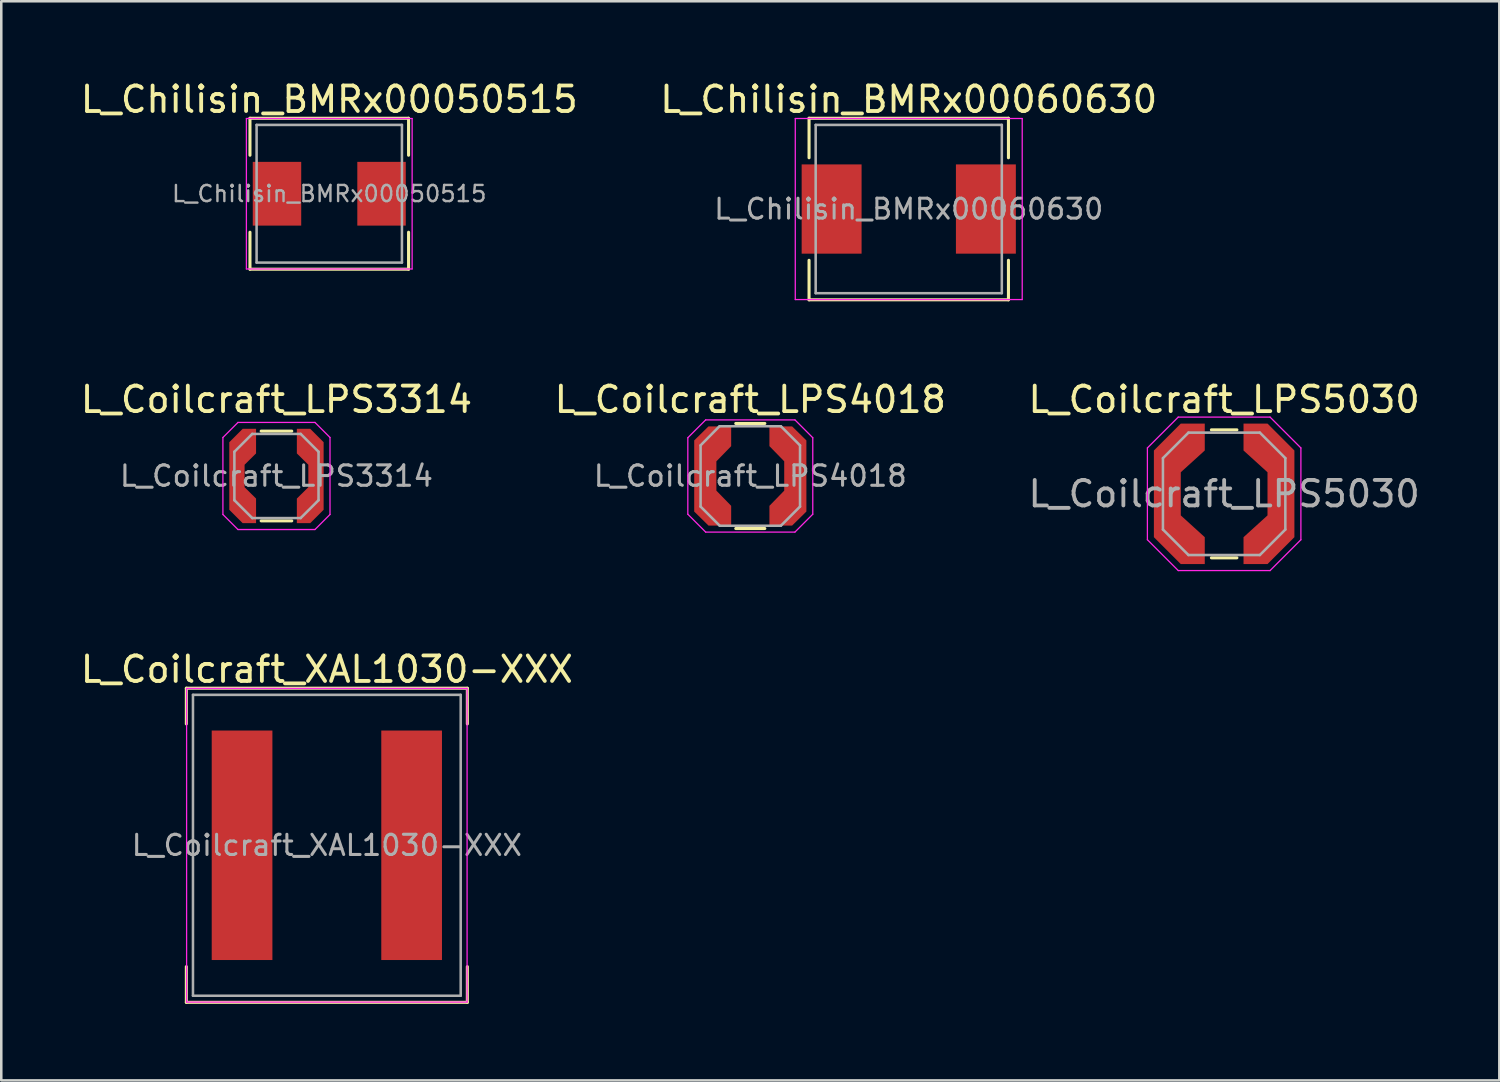
<source format=kicad_pcb>
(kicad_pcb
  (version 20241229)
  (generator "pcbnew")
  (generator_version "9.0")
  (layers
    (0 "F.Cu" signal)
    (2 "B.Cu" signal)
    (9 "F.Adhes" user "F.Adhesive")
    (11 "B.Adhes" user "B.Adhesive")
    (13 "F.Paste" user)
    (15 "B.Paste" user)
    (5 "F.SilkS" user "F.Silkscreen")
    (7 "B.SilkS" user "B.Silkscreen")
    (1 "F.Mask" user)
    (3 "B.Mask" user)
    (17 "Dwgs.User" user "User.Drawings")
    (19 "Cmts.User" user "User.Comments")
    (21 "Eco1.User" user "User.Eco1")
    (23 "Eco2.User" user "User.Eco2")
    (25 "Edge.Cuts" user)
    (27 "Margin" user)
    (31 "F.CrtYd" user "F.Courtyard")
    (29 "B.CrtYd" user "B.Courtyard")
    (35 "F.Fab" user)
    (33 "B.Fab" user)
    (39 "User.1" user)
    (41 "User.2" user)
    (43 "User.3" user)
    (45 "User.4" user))
  (footprint "L_Coilcraft_XAL1030-XXX"
    (layer "F.Cu")
    (at 9.768 30.1)
    (property "Reference" "L_Coilcraft_XAL1030-XXX" (at 0 -6.9 0) (layer "F.SilkS") (effects (font (size 1 1) (thickness 0.15))))
    (attr smd)
    (fp_line (start -5.51 -6.16) (end -5.51 -4.76) (stroke (width 0.12) (type solid)) (layer "F.SilkS"))
    (fp_line (start -5.51 -6.16) (end 5.51 -6.16) (stroke (width 0.12) (type solid)) (layer "F.SilkS"))
    (fp_line (start -5.51 6.16) (end -5.51 4.76) (stroke (width 0.12) (type solid)) (layer "F.SilkS"))
    (fp_line (start -5.51 6.16) (end 5.51 6.16) (stroke (width 0.12) (type solid)) (layer "F.SilkS"))
    (fp_line (start 5.51 -6.16) (end 5.51 -4.76) (stroke (width 0.12) (type solid)) (layer "F.SilkS"))
    (fp_line (start 5.51 6.16) (end 5.51 4.76) (stroke (width 0.12) (type solid)) (layer "F.SilkS"))
    (fp_line (start -5.5 -6.15) (end -5.5 6.15) (stroke (width 0.05) (type solid)) (layer "F.CrtYd"))
    (fp_line (start -5.5 6.15) (end 5.5 6.15) (stroke (width 0.05) (type solid)) (layer "F.CrtYd"))
    (fp_line (start 5.5 -6.15) (end -5.5 -6.15) (stroke (width 0.05) (type solid)) (layer "F.CrtYd"))
    (fp_line (start 5.5 6.15) (end 5.5 -6.15) (stroke (width 0.05) (type solid)) (layer "F.CrtYd"))
    (fp_line (start -5.25 -5.9) (end -5.25 5.9) (stroke (width 0.1) (type solid)) (layer "F.Fab"))
    (fp_line (start -5.25 5.9) (end 5.25 5.9) (stroke (width 0.1) (type solid)) (layer "F.Fab"))
    (fp_line (start 5.25 -5.9) (end -5.25 -5.9) (stroke (width 0.1) (type solid)) (layer "F.Fab"))
    (fp_line (start 5.25 5.9) (end 5.25 -5.9) (stroke (width 0.1) (type solid)) (layer "F.Fab"))
    (fp_text user "${REFERENCE}" (at 0 0 0) (layer "F.Fab") (effects (font (size 0.793 0.793) (thickness 0.119))))
    (pad "1" smd rect (at -3.325 0) (size 2.38 9) (layers "F.Cu" "F.Mask" "F.Paste"))
    (pad "2" smd rect (at 3.325 0) (size 2.38 9) (layers "F.Cu" "F.Mask" "F.Paste")))
  (footprint "L_Coilcraft_LPS5030"
    (layer "F.Cu")
    (at 44.958 16.317)
    (property "Reference" "L_Coilcraft_LPS5030" (at 0 -3.7 0) (layer "F.SilkS") (effects (font (size 1 1) (thickness 0.15))))
    (attr smd)
    (fp_line (start -0.5 -2.51) (end 0.5 -2.51) (stroke (width 0.12) (type solid)) (layer "F.SilkS"))
    (fp_line (start -0.5 2.51) (end 0.5 2.51) (stroke (width 0.12) (type solid)) (layer "F.SilkS"))
    (fp_line (start -3.01 -1.8) (end -1.8 -3.01) (stroke (width 0.05) (type solid)) (layer "F.CrtYd"))
    (fp_line (start -3.01 1.8) (end -3.01 -1.8) (stroke (width 0.05) (type solid)) (layer "F.CrtYd"))
    (fp_line (start -1.8 -3.01) (end 1.8 -3.01) (stroke (width 0.05) (type solid)) (layer "F.CrtYd"))
    (fp_line (start -1.8 3.01) (end -3.01 1.8) (stroke (width 0.05) (type solid)) (layer "F.CrtYd"))
    (fp_line (start 1.8 -3.01) (end 3.01 -1.8) (stroke (width 0.05) (type solid)) (layer "F.CrtYd"))
    (fp_line (start 1.8 3.01) (end -1.8 3.01) (stroke (width 0.05) (type solid)) (layer "F.CrtYd"))
    (fp_line (start 3.01 -1.8) (end 3.01 1.8) (stroke (width 0.05) (type solid)) (layer "F.CrtYd"))
    (fp_line (start 3.01 1.8) (end 1.8 3.01) (stroke (width 0.05) (type solid)) (layer "F.CrtYd"))
    (fp_line (start -2.4 -1.4) (end -1.4 -2.4) (stroke (width 0.1) (type solid)) (layer "F.Fab"))
    (fp_line (start -2.4 1.4) (end -2.4 -1.4) (stroke (width 0.1) (type solid)) (layer "F.Fab"))
    (fp_line (start -2.4 1.4) (end -1.4 2.4) (stroke (width 0.1) (type solid)) (layer "F.Fab"))
    (fp_line (start -1.4 -2.4) (end 1.4 -2.4) (stroke (width 0.1) (type solid)) (layer "F.Fab"))
    (fp_line (start 1.4 -2.4) (end 2.4 -1.4) (stroke (width 0.1) (type solid)) (layer "F.Fab"))
    (fp_line (start 1.4 2.4) (end -1.4 2.4) (stroke (width 0.1) (type solid)) (layer "F.Fab"))
    (fp_line (start 2.4 -1.4) (end 2.4 1.4) (stroke (width 0.1) (type solid)) (layer "F.Fab"))
    (fp_line (start 2.4 1.4) (end 1.4 2.4) (stroke (width 0.1) (type solid)) (layer "F.Fab"))
    (fp_text user "${REFERENCE}" (at 0 0 0) (layer "F.Fab") (effects (font (size 1 1) (thickness 0.15))))
    (pad "1" smd custom (at -2.228 0) (size 1.055 3.4) (layers "F.Cu" "F.Mask" "F.Paste") (options (anchor rect)) (primitives (gr_poly (pts (xy 1.468 -1.7) (xy 0.527 -0.845) (xy 0.527 0.845) (xy 1.468 1.7) (xy 1.468 2.755) (xy 0.527 2.755) (xy -0.527 1.7) (xy -0.527 -1.7) (xy 0.527 -2.755) (xy 1.468 -2.755)) (width 0) (fill yes))))
    (pad "2" smd custom (at 2.228 0) (size 1.055 3.4) (layers "F.Cu" "F.Mask" "F.Paste") (options (anchor rect)) (primitives (gr_poly (pts (xy 0.527 -1.7) (xy 0.527 1.7) (xy -0.527 2.755) (xy -1.468 2.755) (xy -1.468 1.7) (xy -0.527 0.845) (xy -0.527 -0.845) (xy -1.468 -1.7) (xy -1.468 -2.755) (xy -0.527 -2.755)) (width 0) (fill yes)))))
  (footprint "L_Coilcraft_LPS3314"
    (layer "F.Cu")
    (at 7.792 15.617)
    (property "Reference" "L_Coilcraft_LPS3314" (at 0 -3 0) (layer "F.SilkS") (effects (font (size 1 1) (thickness 0.15))))
    (attr smd)
    (fp_line (start -0.6 -1.76) (end 0.6 -1.76) (stroke (width 0.12) (type solid)) (layer "F.SilkS"))
    (fp_line (start -0.6 1.76) (end 0.6 1.76) (stroke (width 0.12) (type solid)) (layer "F.SilkS"))
    (fp_line (start -2.1 -1.51) (end -2.1 1.51) (stroke (width 0.05) (type solid)) (layer "F.CrtYd"))
    (fp_line (start -1.51 -2.1) (end -2.1 -1.51) (stroke (width 0.05) (type solid)) (layer "F.CrtYd"))
    (fp_line (start -1.51 -2.1) (end 1.51 -2.1) (stroke (width 0.05) (type solid)) (layer "F.CrtYd"))
    (fp_line (start -1.51 2.1) (end -2.1 1.51) (stroke (width 0.05) (type solid)) (layer "F.CrtYd"))
    (fp_line (start -1.51 2.1) (end 1.51 2.1) (stroke (width 0.05) (type solid)) (layer "F.CrtYd"))
    (fp_line (start 1.51 -2.1) (end 2.1 -1.51) (stroke (width 0.05) (type solid)) (layer "F.CrtYd"))
    (fp_line (start 1.51 2.1) (end 2.1 1.51) (stroke (width 0.05) (type solid)) (layer "F.CrtYd"))
    (fp_line (start 2.1 -1.51) (end 2.1 1.51) (stroke (width 0.05) (type solid)) (layer "F.CrtYd"))
    (fp_line (start -1.65 -0.95) (end -0.95 -1.65) (stroke (width 0.1) (type solid)) (layer "F.Fab"))
    (fp_line (start -1.65 0.95) (end -1.65 -0.95) (stroke (width 0.1) (type solid)) (layer "F.Fab"))
    (fp_line (start -1.65 0.95) (end -0.95 1.65) (stroke (width 0.1) (type solid)) (layer "F.Fab"))
    (fp_line (start -0.95 -1.65) (end 0.95 -1.65) (stroke (width 0.1) (type solid)) (layer "F.Fab"))
    (fp_line (start 0.95 -1.65) (end 1.65 -0.95) (stroke (width 0.1) (type solid)) (layer "F.Fab"))
    (fp_line (start 0.95 1.65) (end -0.95 1.65) (stroke (width 0.1) (type solid)) (layer "F.Fab"))
    (fp_line (start 0.95 1.65) (end 1.65 0.95) (stroke (width 0.1) (type solid)) (layer "F.Fab"))
    (fp_line (start 1.65 -0.95) (end 1.65 0.95) (stroke (width 0.1) (type solid)) (layer "F.Fab"))
    (fp_text user "${REFERENCE}" (at 0 0 0) (layer "F.Fab") (effects (font (size 0.8 0.8) (thickness 0.12))))
    (pad "1" smd custom (at -1.55 0) (size 0.6 0.881) (layers "F.Cu" "F.Mask" "F.Paste") (options (anchor rect)) (primitives (gr_poly (pts (xy 0.75 -0.885) (xy 0.3 -0.441) (xy 0.3 0.441) (xy 0.75 0.885) (xy 0.75 1.85) (xy 0.225 1.85) (xy -0.3 1.325) (xy -0.3 -1.325) (xy 0.225 -1.85) (xy 0.75 -1.85)) (width 0) (fill yes))))
    (pad "2" smd custom (at 1.55 0 180) (size 0.6 0.881) (layers "F.Cu" "F.Mask" "F.Paste") (options (anchor rect)) (primitives (gr_poly (pts (xy 0.75 -0.885) (xy 0.3 -0.441) (xy 0.3 0.441) (xy 0.75 0.885) (xy 0.75 1.85) (xy 0.225 1.85) (xy -0.3 1.325) (xy -0.3 -1.325) (xy 0.225 -1.85) (xy 0.75 -1.85)) (width 0) (fill yes)))))
  (footprint "L_Chilisin_BMRx00060630"
    (layer "F.Cu")
    (at 32.589 5.148)
    (property "Reference" "L_Chilisin_BMRx00060630" (at 0 -4.3 0) (layer "F.SilkS") (effects (font (size 1 1) (thickness 0.15))))
    (attr smd)
    (fp_line (start -3.91 -3.56) (end -3.91 -2.01) (stroke (width 0.12) (type solid)) (layer "F.SilkS"))
    (fp_line (start -3.91 -3.56) (end 3.91 -3.56) (stroke (width 0.12) (type solid)) (layer "F.SilkS"))
    (fp_line (start -3.91 3.56) (end -3.91 2.01) (stroke (width 0.12) (type solid)) (layer "F.SilkS"))
    (fp_line (start -3.91 3.56) (end 3.91 3.56) (stroke (width 0.12) (type solid)) (layer "F.SilkS"))
    (fp_line (start 3.91 -3.56) (end 3.91 -2.01) (stroke (width 0.12) (type solid)) (layer "F.SilkS"))
    (fp_line (start 3.91 3.56) (end 3.91 2.01) (stroke (width 0.12) (type solid)) (layer "F.SilkS"))
    (fp_line (start -4.45 -3.55) (end -4.45 3.55) (stroke (width 0.05) (type solid)) (layer "F.CrtYd"))
    (fp_line (start -4.45 3.55) (end 4.45 3.55) (stroke (width 0.05) (type solid)) (layer "F.CrtYd"))
    (fp_line (start 4.45 -3.55) (end -4.45 -3.55) (stroke (width 0.05) (type solid)) (layer "F.CrtYd"))
    (fp_line (start 4.45 3.55) (end 4.45 -3.55) (stroke (width 0.05) (type solid)) (layer "F.CrtYd"))
    (fp_line (start -3.65 -3.3) (end -3.65 3.3) (stroke (width 0.1) (type solid)) (layer "F.Fab"))
    (fp_line (start -3.65 3.3) (end 3.65 3.3) (stroke (width 0.1) (type solid)) (layer "F.Fab"))
    (fp_line (start 3.65 -3.3) (end -3.65 -3.3) (stroke (width 0.1) (type solid)) (layer "F.Fab"))
    (fp_line (start 3.65 3.3) (end 3.65 -3.3) (stroke (width 0.1) (type solid)) (layer "F.Fab"))
    (fp_text user "${REFERENCE}" (at 0 0 0) (layer "F.Fab") (effects (font (size 0.783 0.783) (thickness 0.117))))
    (pad "1" smd rect (at -3.025 0) (size 2.35 3.5) (layers "F.Cu" "F.Mask" "F.Paste"))
    (pad "2" smd rect (at 3.025 0) (size 2.35 3.5) (layers "F.Cu" "F.Mask" "F.Paste")))
  (footprint "L_Chilisin_BMRx00050515"
    (layer "F.Cu")
    (at 9.863 4.548)
    (property "Reference" "L_Chilisin_BMRx00050515" (at 0 -3.7 0) (layer "F.SilkS") (effects (font (size 1 1) (thickness 0.15))))
    (attr smd)
    (fp_line (start -3.11 -2.96) (end -3.11 -1.51) (stroke (width 0.12) (type solid)) (layer "F.SilkS"))
    (fp_line (start -3.11 -2.96) (end 3.11 -2.96) (stroke (width 0.12) (type solid)) (layer "F.SilkS"))
    (fp_line (start -3.11 2.96) (end -3.11 1.51) (stroke (width 0.12) (type solid)) (layer "F.SilkS"))
    (fp_line (start -3.11 2.96) (end 3.11 2.96) (stroke (width 0.12) (type solid)) (layer "F.SilkS"))
    (fp_line (start 3.11 -2.96) (end 3.11 -1.51) (stroke (width 0.12) (type solid)) (layer "F.SilkS"))
    (fp_line (start 3.11 2.96) (end 3.11 1.51) (stroke (width 0.12) (type solid)) (layer "F.SilkS"))
    (fp_line (start -3.25 -2.95) (end -3.25 2.95) (stroke (width 0.05) (type solid)) (layer "F.CrtYd"))
    (fp_line (start -3.25 2.95) (end 3.25 2.95) (stroke (width 0.05) (type solid)) (layer "F.CrtYd"))
    (fp_line (start 3.25 -2.95) (end -3.25 -2.95) (stroke (width 0.05) (type solid)) (layer "F.CrtYd"))
    (fp_line (start 3.25 2.95) (end 3.25 -2.95) (stroke (width 0.05) (type solid)) (layer "F.CrtYd"))
    (fp_line (start -2.85 -2.7) (end -2.85 2.7) (stroke (width 0.1) (type solid)) (layer "F.Fab"))
    (fp_line (start -2.85 2.7) (end 2.85 2.7) (stroke (width 0.1) (type solid)) (layer "F.Fab"))
    (fp_line (start 2.85 -2.7) (end -2.85 -2.7) (stroke (width 0.1) (type solid)) (layer "F.Fab"))
    (fp_line (start 2.85 2.7) (end 2.85 -2.7) (stroke (width 0.1) (type solid)) (layer "F.Fab"))
    (fp_text user "${REFERENCE}" (at 0 0 0) (layer "F.Fab") (effects (font (size 0.633 0.633) (thickness 0.095))))
    (pad "1" smd rect (at -2.05 0) (size 1.9 2.5) (layers "F.Cu" "F.Mask" "F.Paste"))
    (pad "2" smd rect (at 2.05 0) (size 1.9 2.5) (layers "F.Cu" "F.Mask" "F.Paste")))
  (footprint "L_Coilcraft_LPS4018"
    (layer "F.Cu")
    (at 26.375 15.617)
    (property "Reference" "L_Coilcraft_LPS4018" (at 0 -3 0) (layer "F.SilkS") (effects (font (size 1 1) (thickness 0.15))))
    (attr smd)
    (fp_line (start -0.57 -2.06) (end 0.57 -2.06) (stroke (width 0.12) (type solid)) (layer "F.SilkS"))
    (fp_line (start -0.57 2.06) (end 0.57 2.06) (stroke (width 0.12) (type solid)) (layer "F.SilkS"))
    (fp_line (start -2.45 -1.5) (end -2.45 1.5) (stroke (width 0.05) (type solid)) (layer "F.CrtYd"))
    (fp_line (start -1.75 -2.2) (end -2.45 -1.5) (stroke (width 0.05) (type solid)) (layer "F.CrtYd"))
    (fp_line (start -1.75 -2.2) (end 1.75 -2.2) (stroke (width 0.05) (type solid)) (layer "F.CrtYd"))
    (fp_line (start -1.75 2.2) (end -2.45 1.5) (stroke (width 0.05) (type solid)) (layer "F.CrtYd"))
    (fp_line (start -1.75 2.2) (end 1.75 2.2) (stroke (width 0.05) (type solid)) (layer "F.CrtYd"))
    (fp_line (start 1.75 -2.2) (end 2.45 -1.5) (stroke (width 0.05) (type solid)) (layer "F.CrtYd"))
    (fp_line (start 1.75 2.2) (end 2.45 1.5) (stroke (width 0.05) (type solid)) (layer "F.CrtYd"))
    (fp_line (start 2.45 -1.5) (end 2.45 1.5) (stroke (width 0.05) (type solid)) (layer "F.CrtYd"))
    (fp_line (start -1.95 -1.2) (end -1.21 -1.95) (stroke (width 0.1) (type solid)) (layer "F.Fab"))
    (fp_line (start -1.95 1.2) (end -1.95 -1.2) (stroke (width 0.1) (type solid)) (layer "F.Fab"))
    (fp_line (start -1.95 1.2) (end -1.2 1.95) (stroke (width 0.1) (type solid)) (layer "F.Fab"))
    (fp_line (start -1.2 -1.95) (end 1.2 -1.95) (stroke (width 0.1) (type solid)) (layer "F.Fab"))
    (fp_line (start 1.2 -1.95) (end 1.95 -1.2) (stroke (width 0.1) (type solid)) (layer "F.Fab"))
    (fp_line (start 1.2 1.95) (end -1.2 1.95) (stroke (width 0.1) (type solid)) (layer "F.Fab"))
    (fp_line (start 1.2 1.95) (end 1.95 1.2) (stroke (width 0.1) (type solid)) (layer "F.Fab"))
    (fp_line (start 1.95 -1.2) (end 1.95 1.2) (stroke (width 0.1) (type solid)) (layer "F.Fab"))
    (fp_text user "${REFERENCE}" (at 0 0 0) (layer "F.Fab") (effects (font (size 0.8 0.8) (thickness 0.12))))
    (pad "1" smd custom (at -1.765 0) (size 0.87 2.79) (layers "F.Cu" "F.Mask" "F.Paste") (options (anchor rect)) (primitives (gr_poly (pts (xy 1.015 -1.17) (xy 0.435 -0.575) (xy 0.435 0.575) (xy 1.015 1.17) (xy 1.015 1.945) (xy 0.125 1.945) (xy -0.435 1.395) (xy -0.435 -1.395) (xy 0.125 -1.945) (xy 1.015 -1.945)) (width 0) (fill yes))))
    (pad "2" smd custom (at 1.765 0) (size 0.87 2.79) (layers "F.Cu" "F.Mask" "F.Paste") (options (anchor rect)) (primitives (gr_poly (pts (xy 0.435 -1.395) (xy 0.435 1.395) (xy -0.125 1.945) (xy -1.015 1.945) (xy -1.015 1.17) (xy -0.435 0.575) (xy -0.435 -0.575) (xy -1.015 -1.17) (xy -1.015 -1.945) (xy -0.125 -1.945)) (width 0) (fill yes)))))
  (gr_rect
    (start -3 -3)
    (end 55.75 39.32)
    (stroke (width 0.1) (type default))
    (fill no)
    (layer "Edge.Cuts")))
</source>
